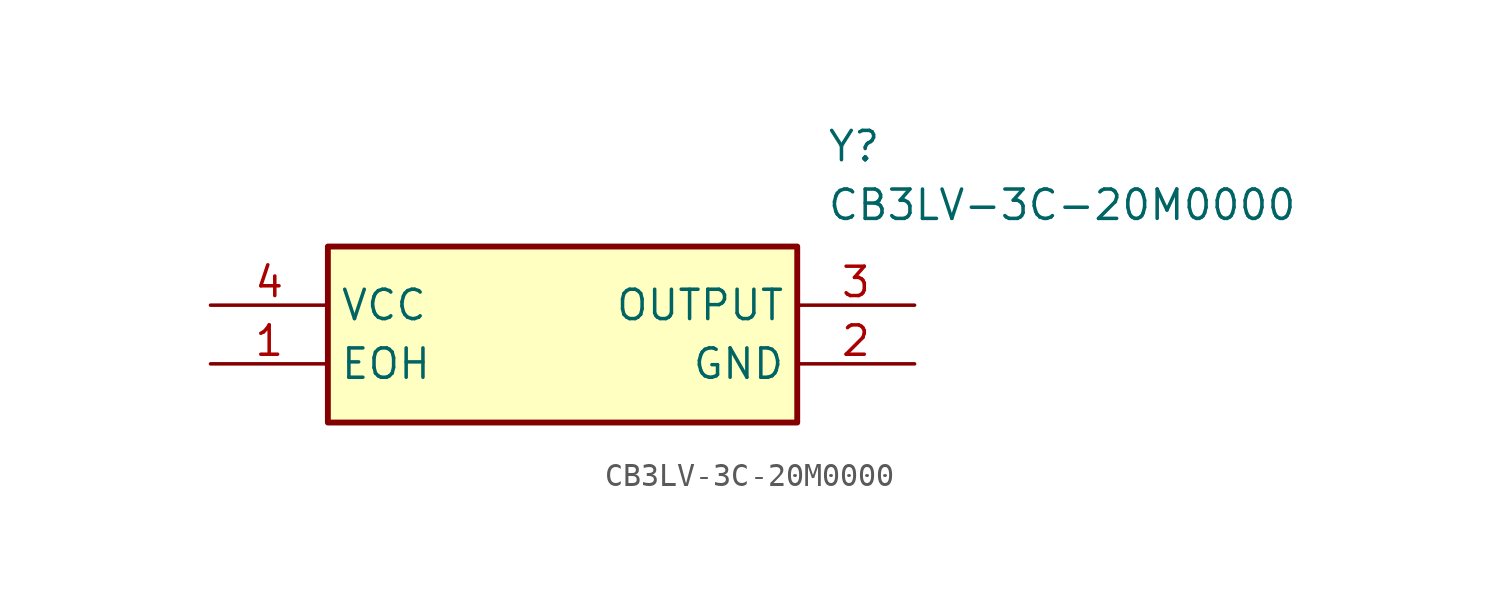
<source format=kicad_sym>
(kicad_symbol_lib
  (version 20211014)
  (generator SamacSys_ECAD_Model)
  (symbol "CB3LV-3C-20M0000"
    (property "Reference" "Y"
      (at 26.67 7.62 0)
      (effects (font (size 1.27 1.27)) (justify left top)))
    (property "Value" "CB3LV-3C-20M0000"
      (at 26.67 5.08 0)
      (effects (font (size 1.27 1.27)) (justify left top)))
    (rectangle
      (start 5.08 2.54)
      (end 25.4 -5.08)
      (stroke (width 0.254) (type default))
      (fill (type background)))
    (pin passive line
      (at 0 -2.54 0)
      (length 5.08)
      (name "EOH" (effects (font (size 1.27 1.27))))
      (number "1" (effects (font (size 1.27 1.27)))))
    (pin passive line
      (at 30.48 -2.54 180)
      (length 5.08)
      (name "GND" (effects (font (size 1.27 1.27))))
      (number "2" (effects (font (size 1.27 1.27)))))
    (pin passive line
      (at 30.48 0 180)
      (length 5.08)
      (name "OUTPUT" (effects (font (size 1.27 1.27))))
      (number "3" (effects (font (size 1.27 1.27)))))
    (pin passive line
      (at 0 0 0)
      (length 5.08)
      (name "VCC" (effects (font (size 1.27 1.27))))
      (number "4" (effects (font (size 1.27 1.27)))))))
</source>
